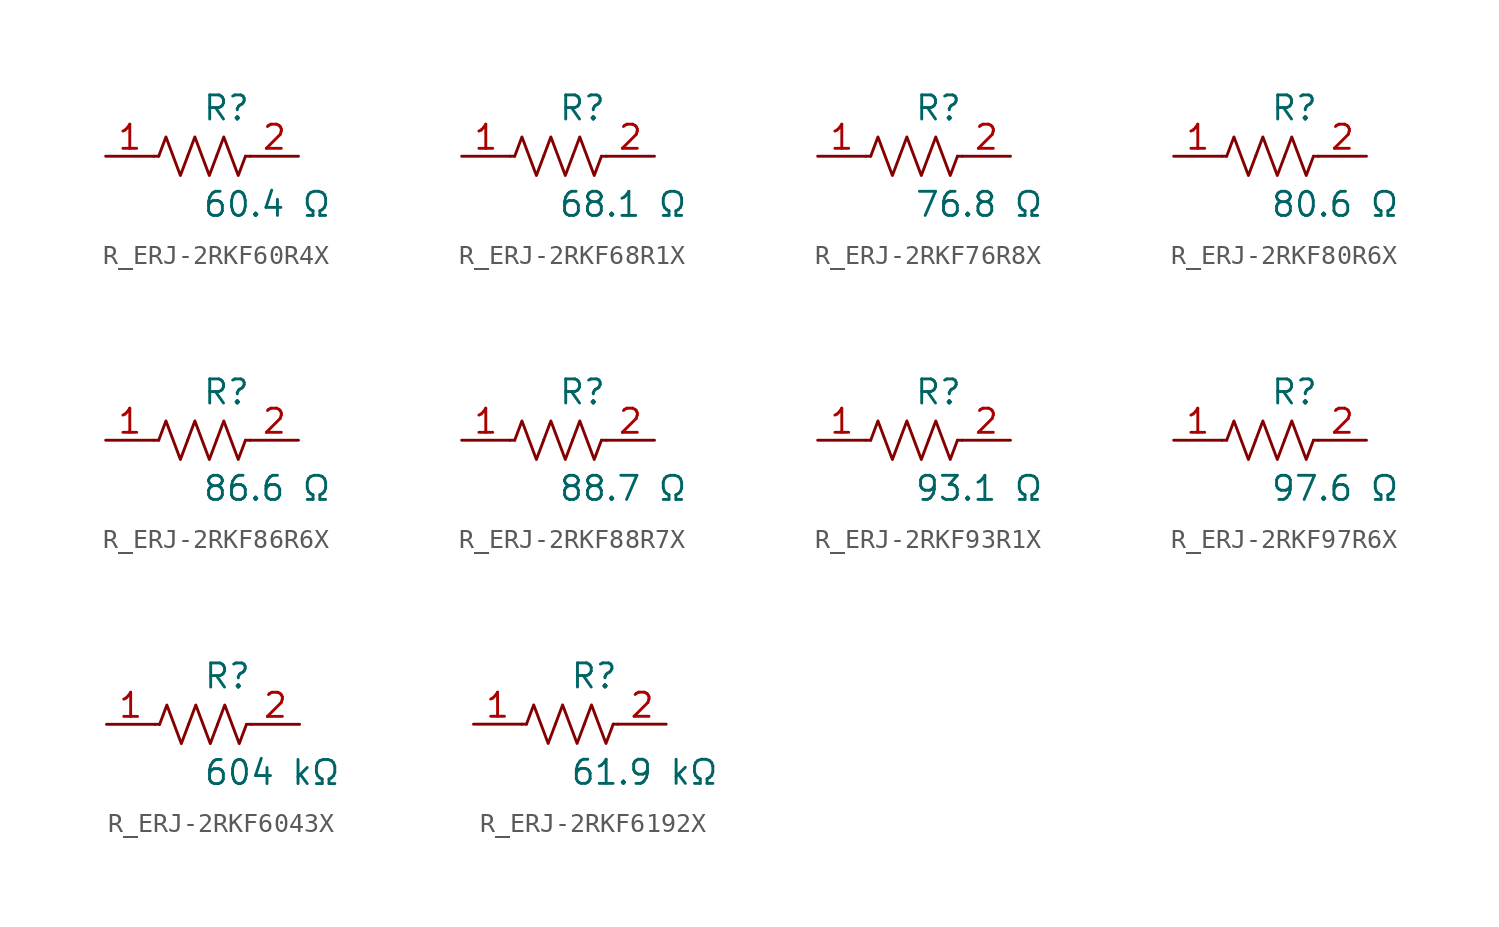
<source format=kicad_sym>
(kicad_symbol_lib
  (version 20231120)
  (generator kicad_symbol_editor)
  (generator_version 8.0)
  (symbol "R_ERJ-2RKF60R4X"
    (pin_names
      (offset 0.254))
    (property "Reference" "R"
      (at 0.0 2.54 0)
      (effects (font (size 1.27 1.27)) (justify left)))
    (property "Value" "60.4 Ω"
      (at 0.0 -2.54 0)
      (effects (font (size 1.27 1.27)) (justify left)))
    (symbol "R_ERJ-2RKF60R4X_0_1"
      (polyline (pts (xy 2.286 0) (xy 2.54 0)) (stroke (width 0) (type default)) (fill (type none)))
      (polyline (pts (xy -2.286 0) (xy -2.54 0)) (stroke (width 0) (type default)) (fill (type none)))
      (polyline (pts (xy 0.762 0) (xy 1.143 1.016) (xy 1.524 0) (xy 1.905 -1.016) (xy 2.286 0)) (stroke (width 0) (type default)) (fill (type none)))
      (polyline (pts (xy -0.762 0) (xy -0.381 1.016) (xy 0 0) (xy 0.381 -1.016) (xy 0.762 0)) (stroke (width 0) (type default)) (fill (type none)))
      (polyline (pts (xy -2.286 0) (xy -1.905 1.016) (xy -1.524 0) (xy -1.143 -1.016) (xy -0.762 0)) (stroke (width 0) (type default)) (fill (type none))))
    (pin unspecified line
      (at -5.08 0 0)
      (length 2.54)
      (name "" (effects (font (size 1.27 1.27))))
      (number "1" (effects (font (size 1.27 1.27)))))
    (pin unspecified line
      (at 5.08 0 180)
      (length 2.54)
      (name "" (effects (font (size 1.27 1.27))))
      (number "2" (effects (font (size 1.27 1.27))))))
  (symbol "R_ERJ-2RKF68R1X"
    (pin_names
      (offset 0.254))
    (property "Reference" "R"
      (at 0.0 2.54 0)
      (effects (font (size 1.27 1.27)) (justify left)))
    (property "Value" "68.1 Ω"
      (at 0.0 -2.54 0)
      (effects (font (size 1.27 1.27)) (justify left)))
    (symbol "R_ERJ-2RKF68R1X_0_1"
      (polyline (pts (xy 2.286 0) (xy 2.54 0)) (stroke (width 0) (type default)) (fill (type none)))
      (polyline (pts (xy -2.286 0) (xy -2.54 0)) (stroke (width 0) (type default)) (fill (type none)))
      (polyline (pts (xy 0.762 0) (xy 1.143 1.016) (xy 1.524 0) (xy 1.905 -1.016) (xy 2.286 0)) (stroke (width 0) (type default)) (fill (type none)))
      (polyline (pts (xy -0.762 0) (xy -0.381 1.016) (xy 0 0) (xy 0.381 -1.016) (xy 0.762 0)) (stroke (width 0) (type default)) (fill (type none)))
      (polyline (pts (xy -2.286 0) (xy -1.905 1.016) (xy -1.524 0) (xy -1.143 -1.016) (xy -0.762 0)) (stroke (width 0) (type default)) (fill (type none))))
    (pin unspecified line
      (at -5.08 0 0)
      (length 2.54)
      (name "" (effects (font (size 1.27 1.27))))
      (number "1" (effects (font (size 1.27 1.27)))))
    (pin unspecified line
      (at 5.08 0 180)
      (length 2.54)
      (name "" (effects (font (size 1.27 1.27))))
      (number "2" (effects (font (size 1.27 1.27))))))
  (symbol "R_ERJ-2RKF76R8X"
    (pin_names
      (offset 0.254))
    (property "Reference" "R"
      (at 0.0 2.54 0)
      (effects (font (size 1.27 1.27)) (justify left)))
    (property "Value" "76.8 Ω"
      (at 0.0 -2.54 0)
      (effects (font (size 1.27 1.27)) (justify left)))
    (symbol "R_ERJ-2RKF76R8X_0_1"
      (polyline (pts (xy 2.286 0) (xy 2.54 0)) (stroke (width 0) (type default)) (fill (type none)))
      (polyline (pts (xy -2.286 0) (xy -2.54 0)) (stroke (width 0) (type default)) (fill (type none)))
      (polyline (pts (xy 0.762 0) (xy 1.143 1.016) (xy 1.524 0) (xy 1.905 -1.016) (xy 2.286 0)) (stroke (width 0) (type default)) (fill (type none)))
      (polyline (pts (xy -0.762 0) (xy -0.381 1.016) (xy 0 0) (xy 0.381 -1.016) (xy 0.762 0)) (stroke (width 0) (type default)) (fill (type none)))
      (polyline (pts (xy -2.286 0) (xy -1.905 1.016) (xy -1.524 0) (xy -1.143 -1.016) (xy -0.762 0)) (stroke (width 0) (type default)) (fill (type none))))
    (pin unspecified line
      (at -5.08 0 0)
      (length 2.54)
      (name "" (effects (font (size 1.27 1.27))))
      (number "1" (effects (font (size 1.27 1.27)))))
    (pin unspecified line
      (at 5.08 0 180)
      (length 2.54)
      (name "" (effects (font (size 1.27 1.27))))
      (number "2" (effects (font (size 1.27 1.27))))))
  (symbol "R_ERJ-2RKF80R6X"
    (pin_names
      (offset 0.254))
    (property "Reference" "R"
      (at 0.0 2.54 0)
      (effects (font (size 1.27 1.27)) (justify left)))
    (property "Value" "80.6 Ω"
      (at 0.0 -2.54 0)
      (effects (font (size 1.27 1.27)) (justify left)))
    (symbol "R_ERJ-2RKF80R6X_0_1"
      (polyline (pts (xy 2.286 0) (xy 2.54 0)) (stroke (width 0) (type default)) (fill (type none)))
      (polyline (pts (xy -2.286 0) (xy -2.54 0)) (stroke (width 0) (type default)) (fill (type none)))
      (polyline (pts (xy 0.762 0) (xy 1.143 1.016) (xy 1.524 0) (xy 1.905 -1.016) (xy 2.286 0)) (stroke (width 0) (type default)) (fill (type none)))
      (polyline (pts (xy -0.762 0) (xy -0.381 1.016) (xy 0 0) (xy 0.381 -1.016) (xy 0.762 0)) (stroke (width 0) (type default)) (fill (type none)))
      (polyline (pts (xy -2.286 0) (xy -1.905 1.016) (xy -1.524 0) (xy -1.143 -1.016) (xy -0.762 0)) (stroke (width 0) (type default)) (fill (type none))))
    (pin unspecified line
      (at -5.08 0 0)
      (length 2.54)
      (name "" (effects (font (size 1.27 1.27))))
      (number "1" (effects (font (size 1.27 1.27)))))
    (pin unspecified line
      (at 5.08 0 180)
      (length 2.54)
      (name "" (effects (font (size 1.27 1.27))))
      (number "2" (effects (font (size 1.27 1.27))))))
  (symbol "R_ERJ-2RKF86R6X"
    (pin_names
      (offset 0.254))
    (property "Reference" "R"
      (at 0.0 2.54 0)
      (effects (font (size 1.27 1.27)) (justify left)))
    (property "Value" "86.6 Ω"
      (at 0.0 -2.54 0)
      (effects (font (size 1.27 1.27)) (justify left)))
    (symbol "R_ERJ-2RKF86R6X_0_1"
      (polyline (pts (xy 2.286 0) (xy 2.54 0)) (stroke (width 0) (type default)) (fill (type none)))
      (polyline (pts (xy -2.286 0) (xy -2.54 0)) (stroke (width 0) (type default)) (fill (type none)))
      (polyline (pts (xy 0.762 0) (xy 1.143 1.016) (xy 1.524 0) (xy 1.905 -1.016) (xy 2.286 0)) (stroke (width 0) (type default)) (fill (type none)))
      (polyline (pts (xy -0.762 0) (xy -0.381 1.016) (xy 0 0) (xy 0.381 -1.016) (xy 0.762 0)) (stroke (width 0) (type default)) (fill (type none)))
      (polyline (pts (xy -2.286 0) (xy -1.905 1.016) (xy -1.524 0) (xy -1.143 -1.016) (xy -0.762 0)) (stroke (width 0) (type default)) (fill (type none))))
    (pin unspecified line
      (at -5.08 0 0)
      (length 2.54)
      (name "" (effects (font (size 1.27 1.27))))
      (number "1" (effects (font (size 1.27 1.27)))))
    (pin unspecified line
      (at 5.08 0 180)
      (length 2.54)
      (name "" (effects (font (size 1.27 1.27))))
      (number "2" (effects (font (size 1.27 1.27))))))
  (symbol "R_ERJ-2RKF88R7X"
    (pin_names
      (offset 0.254))
    (property "Reference" "R"
      (at 0.0 2.54 0)
      (effects (font (size 1.27 1.27)) (justify left)))
    (property "Value" "88.7 Ω"
      (at 0.0 -2.54 0)
      (effects (font (size 1.27 1.27)) (justify left)))
    (symbol "R_ERJ-2RKF88R7X_0_1"
      (polyline (pts (xy 2.286 0) (xy 2.54 0)) (stroke (width 0) (type default)) (fill (type none)))
      (polyline (pts (xy -2.286 0) (xy -2.54 0)) (stroke (width 0) (type default)) (fill (type none)))
      (polyline (pts (xy 0.762 0) (xy 1.143 1.016) (xy 1.524 0) (xy 1.905 -1.016) (xy 2.286 0)) (stroke (width 0) (type default)) (fill (type none)))
      (polyline (pts (xy -0.762 0) (xy -0.381 1.016) (xy 0 0) (xy 0.381 -1.016) (xy 0.762 0)) (stroke (width 0) (type default)) (fill (type none)))
      (polyline (pts (xy -2.286 0) (xy -1.905 1.016) (xy -1.524 0) (xy -1.143 -1.016) (xy -0.762 0)) (stroke (width 0) (type default)) (fill (type none))))
    (pin unspecified line
      (at -5.08 0 0)
      (length 2.54)
      (name "" (effects (font (size 1.27 1.27))))
      (number "1" (effects (font (size 1.27 1.27)))))
    (pin unspecified line
      (at 5.08 0 180)
      (length 2.54)
      (name "" (effects (font (size 1.27 1.27))))
      (number "2" (effects (font (size 1.27 1.27))))))
  (symbol "R_ERJ-2RKF93R1X"
    (pin_names
      (offset 0.254))
    (property "Reference" "R"
      (at 0.0 2.54 0)
      (effects (font (size 1.27 1.27)) (justify left)))
    (property "Value" "93.1 Ω"
      (at 0.0 -2.54 0)
      (effects (font (size 1.27 1.27)) (justify left)))
    (symbol "R_ERJ-2RKF93R1X_0_1"
      (polyline (pts (xy 2.286 0) (xy 2.54 0)) (stroke (width 0) (type default)) (fill (type none)))
      (polyline (pts (xy -2.286 0) (xy -2.54 0)) (stroke (width 0) (type default)) (fill (type none)))
      (polyline (pts (xy 0.762 0) (xy 1.143 1.016) (xy 1.524 0) (xy 1.905 -1.016) (xy 2.286 0)) (stroke (width 0) (type default)) (fill (type none)))
      (polyline (pts (xy -0.762 0) (xy -0.381 1.016) (xy 0 0) (xy 0.381 -1.016) (xy 0.762 0)) (stroke (width 0) (type default)) (fill (type none)))
      (polyline (pts (xy -2.286 0) (xy -1.905 1.016) (xy -1.524 0) (xy -1.143 -1.016) (xy -0.762 0)) (stroke (width 0) (type default)) (fill (type none))))
    (pin unspecified line
      (at -5.08 0 0)
      (length 2.54)
      (name "" (effects (font (size 1.27 1.27))))
      (number "1" (effects (font (size 1.27 1.27)))))
    (pin unspecified line
      (at 5.08 0 180)
      (length 2.54)
      (name "" (effects (font (size 1.27 1.27))))
      (number "2" (effects (font (size 1.27 1.27))))))
  (symbol "R_ERJ-2RKF97R6X"
    (pin_names
      (offset 0.254))
    (property "Reference" "R"
      (at 0.0 2.54 0)
      (effects (font (size 1.27 1.27)) (justify left)))
    (property "Value" "97.6 Ω"
      (at 0.0 -2.54 0)
      (effects (font (size 1.27 1.27)) (justify left)))
    (symbol "R_ERJ-2RKF97R6X_0_1"
      (polyline (pts (xy 2.286 0) (xy 2.54 0)) (stroke (width 0) (type default)) (fill (type none)))
      (polyline (pts (xy -2.286 0) (xy -2.54 0)) (stroke (width 0) (type default)) (fill (type none)))
      (polyline (pts (xy 0.762 0) (xy 1.143 1.016) (xy 1.524 0) (xy 1.905 -1.016) (xy 2.286 0)) (stroke (width 0) (type default)) (fill (type none)))
      (polyline (pts (xy -0.762 0) (xy -0.381 1.016) (xy 0 0) (xy 0.381 -1.016) (xy 0.762 0)) (stroke (width 0) (type default)) (fill (type none)))
      (polyline (pts (xy -2.286 0) (xy -1.905 1.016) (xy -1.524 0) (xy -1.143 -1.016) (xy -0.762 0)) (stroke (width 0) (type default)) (fill (type none))))
    (pin unspecified line
      (at -5.08 0 0)
      (length 2.54)
      (name "" (effects (font (size 1.27 1.27))))
      (number "1" (effects (font (size 1.27 1.27)))))
    (pin unspecified line
      (at 5.08 0 180)
      (length 2.54)
      (name "" (effects (font (size 1.27 1.27))))
      (number "2" (effects (font (size 1.27 1.27))))))
  (symbol "R_ERJ-2RKF6043X"
    (pin_names
      (offset 0.254))
    (property "Reference" "R"
      (at 0.0 2.54 0)
      (effects (font (size 1.27 1.27)) (justify left)))
    (property "Value" "604 kΩ"
      (at 0.0 -2.54 0)
      (effects (font (size 1.27 1.27)) (justify left)))
    (symbol "R_ERJ-2RKF6043X_0_1"
      (polyline (pts (xy 2.286 0) (xy 2.54 0)) (stroke (width 0) (type default)) (fill (type none)))
      (polyline (pts (xy -2.286 0) (xy -2.54 0)) (stroke (width 0) (type default)) (fill (type none)))
      (polyline (pts (xy 0.762 0) (xy 1.143 1.016) (xy 1.524 0) (xy 1.905 -1.016) (xy 2.286 0)) (stroke (width 0) (type default)) (fill (type none)))
      (polyline (pts (xy -0.762 0) (xy -0.381 1.016) (xy 0 0) (xy 0.381 -1.016) (xy 0.762 0)) (stroke (width 0) (type default)) (fill (type none)))
      (polyline (pts (xy -2.286 0) (xy -1.905 1.016) (xy -1.524 0) (xy -1.143 -1.016) (xy -0.762 0)) (stroke (width 0) (type default)) (fill (type none))))
    (pin unspecified line
      (at -5.08 0 0)
      (length 2.54)
      (name "" (effects (font (size 1.27 1.27))))
      (number "1" (effects (font (size 1.27 1.27)))))
    (pin unspecified line
      (at 5.08 0 180)
      (length 2.54)
      (name "" (effects (font (size 1.27 1.27))))
      (number "2" (effects (font (size 1.27 1.27))))))
  (symbol "R_ERJ-2RKF6192X"
    (pin_names
      (offset 0.254))
    (property "Reference" "R"
      (at 0.0 2.54 0)
      (effects (font (size 1.27 1.27)) (justify left)))
    (property "Value" "61.9 kΩ"
      (at 0.0 -2.54 0)
      (effects (font (size 1.27 1.27)) (justify left)))
    (symbol "R_ERJ-2RKF6192X_0_1"
      (polyline (pts (xy 2.286 0) (xy 2.54 0)) (stroke (width 0) (type default)) (fill (type none)))
      (polyline (pts (xy -2.286 0) (xy -2.54 0)) (stroke (width 0) (type default)) (fill (type none)))
      (polyline (pts (xy 0.762 0) (xy 1.143 1.016) (xy 1.524 0) (xy 1.905 -1.016) (xy 2.286 0)) (stroke (width 0) (type default)) (fill (type none)))
      (polyline (pts (xy -0.762 0) (xy -0.381 1.016) (xy 0 0) (xy 0.381 -1.016) (xy 0.762 0)) (stroke (width 0) (type default)) (fill (type none)))
      (polyline (pts (xy -2.286 0) (xy -1.905 1.016) (xy -1.524 0) (xy -1.143 -1.016) (xy -0.762 0)) (stroke (width 0) (type default)) (fill (type none))))
    (pin unspecified line
      (at -5.08 0 0)
      (length 2.54)
      (name "" (effects (font (size 1.27 1.27))))
      (number "1" (effects (font (size 1.27 1.27)))))
    (pin unspecified line
      (at 5.08 0 180)
      (length 2.54)
      (name "" (effects (font (size 1.27 1.27))))
      (number "2" (effects (font (size 1.27 1.27)))))))
</source>
